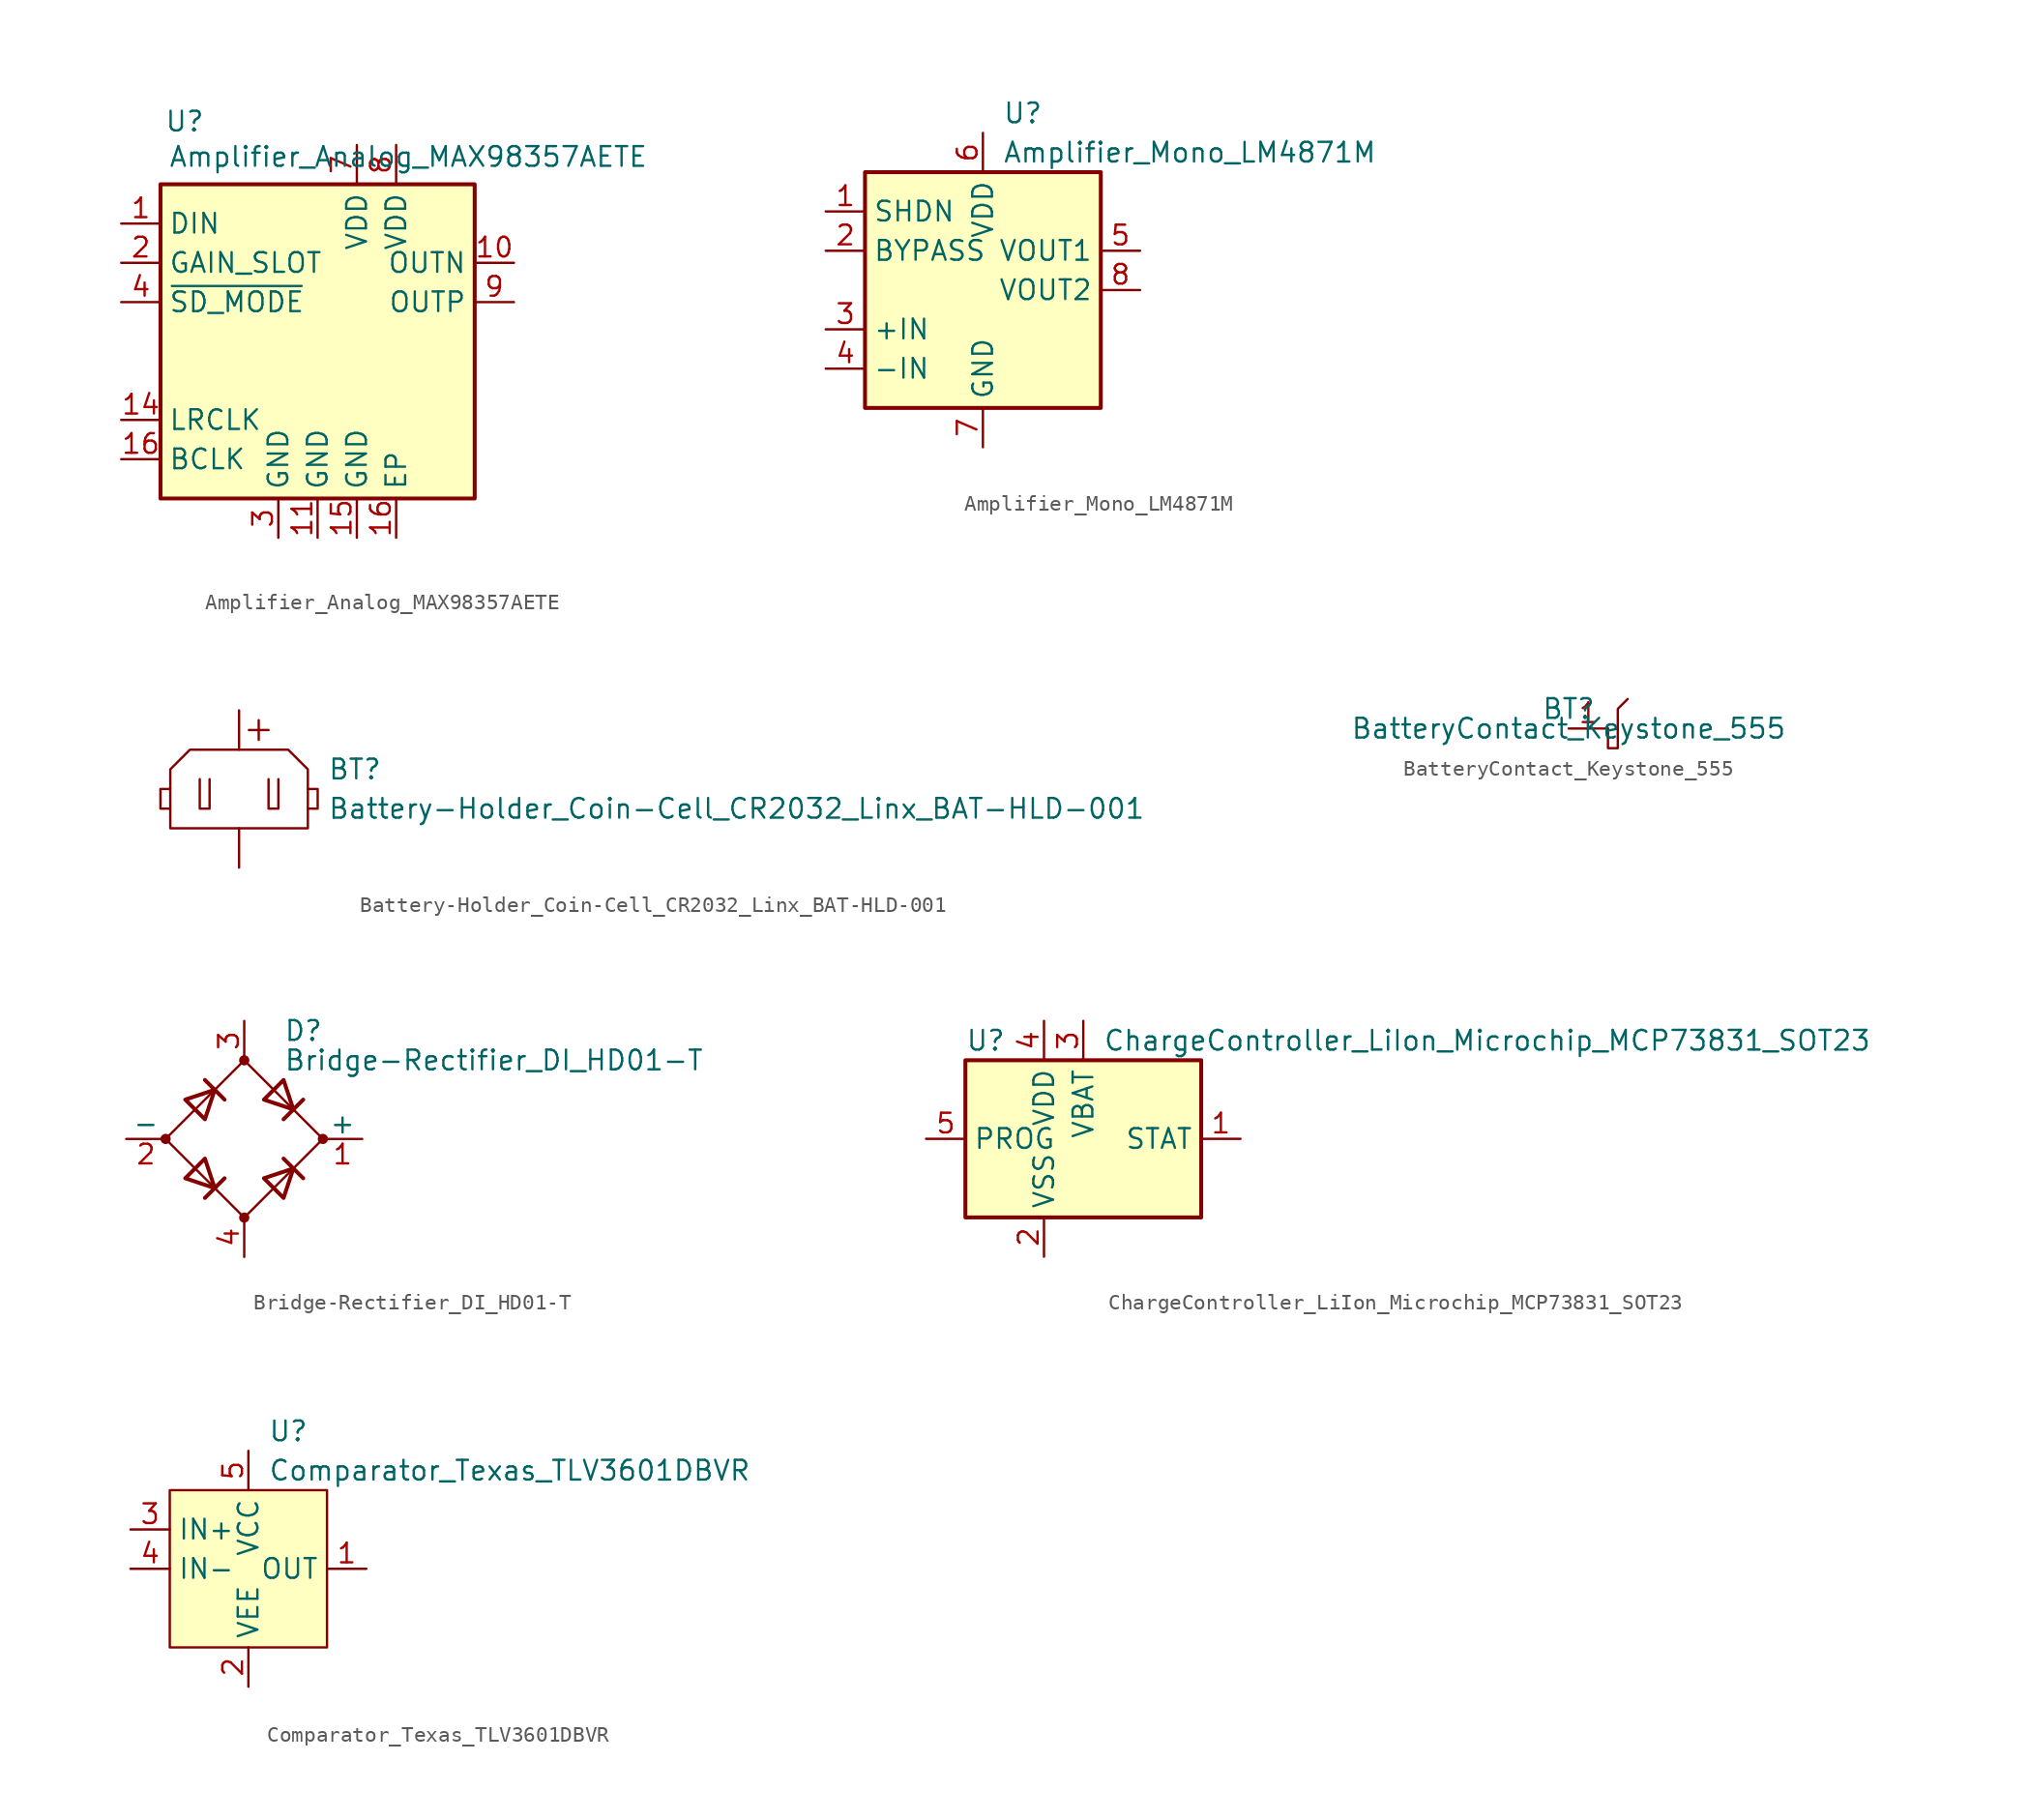
<source format=kicad_sym>
(kicad_symbol_lib
  (version 20231120)
  (generator "kicad_symbol_editor")
  (generator_version "8.0")
  (symbol "Amplifier_Analog_MAX98357AETE"
    (property "Reference" "U"
      (at -9.906 14.224 0)
      (effects (font (size 1.27 1.27)) (justify left)))
    (property "Value" "Amplifier_Analog_MAX98357AETE"
      (at -9.652 11.938 0)
      (effects (font (size 1.27 1.27)) (justify left)))
    (symbol "Amplifier_Analog_MAX98357AETE_0_1"
      (rectangle (start -10.16 10.16) (end 10.16 -10.16) (stroke (width 0.254) (type default)) (fill (type background))))
    (symbol "Amplifier_Analog_MAX98357AETE_1_1"
      (pin input line (at -12.7 7.62 0) (length 2.54) (name "DIN" (effects (font (size 1.27 1.27)))) (number "1" (effects (font (size 1.27 1.27)))))
      (pin output line (at 12.7 5.08 180) (length 2.54) (name "OUTN" (effects (font (size 1.27 1.27)))) (number "10" (effects (font (size 1.27 1.27)))))
      (pin power_in line (at 0 -12.7 90) (length 2.54) (name "GND" (effects (font (size 1.27 1.27)))) (number "11" (effects (font (size 1.27 1.27)))))
      (pin no_connect line (at 12.7 -2.54 180) (length 2.54) hide (name "" (effects (font (size 1.27 1.27)))) (number "12" (effects (font (size 1.27 1.27)))))
      (pin no_connect line (at 12.7 0 180) (length 2.54) hide (name "" (effects (font (size 1.27 1.27)))) (number "13" (effects (font (size 1.27 1.27)))))
      (pin input line (at -12.7 -5.08 0) (length 2.54) (name "LRCLK" (effects (font (size 1.27 1.27)))) (number "14" (effects (font (size 1.27 1.27)))))
      (pin power_in line (at 2.54 -12.7 90) (length 2.54) (name "GND" (effects (font (size 1.27 1.27)))) (number "15" (effects (font (size 1.27 1.27)))))
      (pin input line (at -12.7 -7.62 0) (length 2.54) (name "BCLK" (effects (font (size 1.27 1.27)))) (number "16" (effects (font (size 1.27 1.27)))))
      (pin power_in line (at 5.08 -12.7 90) (length 2.54) (name "EP" (effects (font (size 1.27 1.27)))) (number "16" (effects (font (size 1.27 1.27)))))
      (pin input line (at -12.7 5.08 0) (length 2.54) (name "GAIN_SLOT" (effects (font (size 1.27 1.27)))) (number "2" (effects (font (size 1.27 1.27)))))
      (pin power_in line (at -2.54 -12.7 90) (length 2.54) (name "GND" (effects (font (size 1.27 1.27)))) (number "3" (effects (font (size 1.27 1.27)))))
      (pin input line (at -12.7 2.54 0) (length 2.54) (name "~{SD_MODE}" (effects (font (size 1.27 1.27)))) (number "4" (effects (font (size 1.27 1.27)))))
      (pin no_connect line (at 12.7 -7.62 180) (length 2.54) hide (name "" (effects (font (size 1.27 1.27)))) (number "5" (effects (font (size 1.27 1.27)))))
      (pin no_connect line (at 12.7 -5.08 180) (length 2.54) hide (name "" (effects (font (size 1.27 1.27)))) (number "6" (effects (font (size 1.27 1.27)))))
      (pin power_in line (at 2.54 12.7 270) (length 2.54) (name "VDD" (effects (font (size 1.27 1.27)))) (number "7" (effects (font (size 1.27 1.27)))))
      (pin power_in line (at 5.08 12.7 270) (length 2.54) (name "VDD" (effects (font (size 1.27 1.27)))) (number "8" (effects (font (size 1.27 1.27)))))
      (pin output line (at 12.7 2.54 180) (length 2.54) (name "OUTP" (effects (font (size 1.27 1.27)))) (number "9" (effects (font (size 1.27 1.27)))))))
  (symbol "Amplifier_Mono_LM4871M"
    (property "Reference" "U"
      (at 1.27 11.43 0)
      (effects (font (size 1.27 1.27)) (justify left)))
    (property "Value" "Amplifier_Mono_LM4871M"
      (at 1.27 8.89 0)
      (effects (font (size 1.27 1.27)) (justify left)))
    (symbol "Amplifier_Mono_LM4871M_0_1"
      (rectangle (start -7.62 7.62) (end 7.62 -7.62) (stroke (width 0.254) (type default)) (fill (type background))))
    (symbol "Amplifier_Mono_LM4871M_1_1"
      (pin input line (at -10.16 5.08 0) (length 2.54) (name "SHDN" (effects (font (size 1.27 1.27)))) (number "1" (effects (font (size 1.27 1.27)))))
      (pin passive line (at -10.16 2.54 0) (length 2.54) (name "BYPASS" (effects (font (size 1.27 1.27)))) (number "2" (effects (font (size 1.27 1.27)))))
      (pin input line (at -10.16 -2.54 0) (length 2.54) (name "+IN" (effects (font (size 1.27 1.27)))) (number "3" (effects (font (size 1.27 1.27)))))
      (pin input line (at -10.16 -5.08 0) (length 2.54) (name "-IN" (effects (font (size 1.27 1.27)))) (number "4" (effects (font (size 1.27 1.27)))))
      (pin output line (at 10.16 2.54 180) (length 2.54) (name "VOUT1" (effects (font (size 1.27 1.27)))) (number "5" (effects (font (size 1.27 1.27)))))
      (pin power_in line (at 0 10.16 270) (length 2.54) (name "VDD" (effects (font (size 1.27 1.27)))) (number "6" (effects (font (size 1.27 1.27)))))
      (pin power_in line (at 0 -10.16 90) (length 2.54) (name "GND" (effects (font (size 1.27 1.27)))) (number "7" (effects (font (size 1.27 1.27)))))
      (pin output line (at 10.16 0 180) (length 2.54) (name "VOUT2" (effects (font (size 1.27 1.27)))) (number "8" (effects (font (size 1.27 1.27)))))))
  (symbol "Battery-Holder_Coin-Cell_CR2032_Linx_BAT-HLD-001"
    (pin_numbers hide)
    (pin_names
      (offset 0) hide)
    (property "Reference" "BT"
      (at 5.715 1.27 0)
      (effects (font (size 1.27 1.27)) (justify left)))
    (property "Value" "Battery-Holder_Coin-Cell_CR2032_Linx_BAT-HLD-001"
      (at 5.715 -1.27 0)
      (effects (font (size 1.27 1.27)) (justify left)))
    (symbol "Battery-Holder_Coin-Cell_CR2032_Linx_BAT-HLD-001_0_1"
      (polyline (pts (xy 0.635 3.81) (xy 1.905 3.81)) (stroke (width 0) (type default)) (fill (type none)))
      (polyline (pts (xy 1.27 4.445) (xy 1.27 3.175)) (stroke (width 0) (type default)) (fill (type none)))
      (polyline (pts (xy -4.445 0) (xy -5.08 0) (xy -5.08 -1.27) (xy -4.445 -1.27)) (stroke (width 0) (type default)) (fill (type none)))
      (polyline (pts (xy -2.54 0.635) (xy -2.54 -1.27) (xy -1.905 -1.27) (xy -1.905 0.635)) (stroke (width 0) (type default)) (fill (type none)))
      (polyline (pts (xy 1.905 0.635) (xy 1.905 -1.27) (xy 2.54 -1.27) (xy 2.54 0.635)) (stroke (width 0) (type default)) (fill (type none)))
      (polyline (pts (xy 4.445 0) (xy 5.08 0) (xy 5.08 -1.27) (xy 4.445 -1.27)) (stroke (width 0) (type default)) (fill (type none)))
      (polyline (pts (xy -3.175 2.54) (xy 3.175 2.54) (xy 4.445 1.27) (xy 4.445 -2.54) (xy -4.445 -2.54) (xy -4.445 1.27) (xy -3.175 2.54)) (stroke (width 0) (type default)) (fill (type none))))
    (symbol "Battery-Holder_Coin-Cell_CR2032_Linx_BAT-HLD-001_1_1"
      (pin passive line (at 0 5.08 270) (length 2.54) (name "+" (effects (font (size 1.27 1.27)))) (number "1" (effects (font (size 1.27 1.27)))))
      (pin passive line (at 0 -5.08 90) (length 2.54) (name "-" (effects (font (size 1.27 1.27)))) (number "2" (effects (font (size 1.27 1.27)))))))
  (symbol "BatteryContact_Keystone_555"
    (property "Reference" "BT"
      (at 0 1.27 0)
      (effects (font (size 1.27 1.27))))
    (property "Value" "BatteryContact_Keystone_555"
      (at 0 0 0)
      (effects (font (size 1.27 1.27))))
    (symbol "BatteryContact_Keystone_555_0_1"
      (polyline (pts (xy 3.81 1.905) (xy 3.175 1.27) (xy 3.175 -1.27) (xy 2.54 -1.27) (xy 2.54 0)) (stroke (width 0) (type default)) (fill (type none))))
    (symbol "BatteryContact_Keystone_555_1_1"
      (pin passive line (at 0 0 0) (length 2.54) (name "" (effects (font (size 1.27 1.27)))) (number "1" (effects (font (size 1.27 1.27)))))))
  (symbol "Bridge-Rectifier_DI_HD01-T"
    (pin_names
      (offset 0))
    (property "Reference" "D"
      (at 2.54 6.985 0)
      (effects (font (size 1.27 1.27)) (justify left)))
    (property "Value" "Bridge-Rectifier_DI_HD01-T"
      (at 2.54 5.08 0)
      (effects (font (size 1.27 1.27)) (justify left)))
    (symbol "Bridge-Rectifier_DI_HD01-T_0_1"
      (circle (center -5.08 0) (radius 0.254) (stroke (width 0) (type default)) (fill (type outline)))
      (circle (center 0 -5.08) (radius 0.254) (stroke (width 0) (type default)) (fill (type outline)))
      (polyline (pts (xy -2.54 3.81) (xy -1.27 2.54)) (stroke (width 0.254) (type default)) (fill (type none)))
      (polyline (pts (xy -1.27 -2.54) (xy -2.54 -3.81)) (stroke (width 0.254) (type default)) (fill (type none)))
      (polyline (pts (xy 2.54 -1.27) (xy 3.81 -2.54)) (stroke (width 0.254) (type default)) (fill (type none)))
      (polyline (pts (xy 2.54 1.27) (xy 3.81 2.54)) (stroke (width 0.254) (type default)) (fill (type none)))
      (polyline (pts (xy -3.81 2.54) (xy -2.54 1.27) (xy -1.905 3.175) (xy -3.81 2.54)) (stroke (width 0.254) (type default)) (fill (type none)))
      (polyline (pts (xy -2.54 -1.27) (xy -3.81 -2.54) (xy -1.905 -3.175) (xy -2.54 -1.27)) (stroke (width 0.254) (type default)) (fill (type none)))
      (polyline (pts (xy 1.27 2.54) (xy 2.54 3.81) (xy 3.175 1.905) (xy 1.27 2.54)) (stroke (width 0.254) (type default)) (fill (type none)))
      (polyline (pts (xy 3.175 -1.905) (xy 1.27 -2.54) (xy 2.54 -3.81) (xy 3.175 -1.905)) (stroke (width 0.254) (type default)) (fill (type none)))
      (polyline (pts (xy -5.08 0) (xy 0 -5.08) (xy 5.08 0) (xy 0 5.08) (xy -5.08 0)) (stroke (width 0) (type default)) (fill (type none)))
      (circle (center 0 5.08) (radius 0.254) (stroke (width 0) (type default)) (fill (type outline)))
      (circle (center 5.08 0) (radius 0.254) (stroke (width 0) (type default)) (fill (type outline))))
    (symbol "Bridge-Rectifier_DI_HD01-T_1_1"
      (pin passive line (at 7.62 0 180) (length 2.54) (name "+" (effects (font (size 1.27 1.27)))) (number "1" (effects (font (size 1.27 1.27)))))
      (pin passive line (at -7.62 0 0) (length 2.54) (name "-" (effects (font (size 1.27 1.27)))) (number "2" (effects (font (size 1.27 1.27)))))
      (pin passive line (at 0 7.62 270) (length 2.54) (name "~" (effects (font (size 1.27 1.27)))) (number "3" (effects (font (size 1.27 1.27)))))
      (pin passive line (at 0 -7.62 90) (length 2.54) (name "~" (effects (font (size 1.27 1.27)))) (number "4" (effects (font (size 1.27 1.27)))))))
  (symbol "ChargeController_LiIon_Microchip_MCP73831_SOT23"
    (property "Reference" "U"
      (at -7.62 6.35 0)
      (effects (font (size 1.27 1.27)) (justify left)))
    (property "Value" "ChargeController_LiIon_Microchip_MCP73831_SOT23"
      (at 1.27 6.35 0)
      (effects (font (size 1.27 1.27)) (justify left)))
    (symbol "ChargeController_LiIon_Microchip_MCP73831_SOT23_0_1"
      (rectangle (start -7.62 5.08) (end 7.62 -5.08) (stroke (width 0.254) (type default)) (fill (type background))))
    (symbol "ChargeController_LiIon_Microchip_MCP73831_SOT23_1_1"
      (pin output line (at 10.16 0 180) (length 2.54) (name "STAT" (effects (font (size 1.27 1.27)))) (number "1" (effects (font (size 1.27 1.27)))))
      (pin power_in line (at -2.54 -7.62 90) (length 2.54) (name "VSS" (effects (font (size 1.27 1.27)))) (number "2" (effects (font (size 1.27 1.27)))))
      (pin power_in line (at 0 7.62 270) (length 2.54) (name "VBAT" (effects (font (size 1.27 1.27)))) (number "3" (effects (font (size 1.27 1.27)))))
      (pin power_in line (at -2.54 7.62 270) (length 2.54) (name "VDD" (effects (font (size 1.27 1.27)))) (number "4" (effects (font (size 1.27 1.27)))))
      (pin input line (at -10.16 0 0) (length 2.54) (name "PROG" (effects (font (size 1.27 1.27)))) (number "5" (effects (font (size 1.27 1.27)))))))
  (symbol "Comparator_Texas_TLV3601DBVR"
    (property "Reference" "U"
      (at 1.27 8.89 0)
      (effects (font (size 1.27 1.27)) (justify left)))
    (property "Value" "Comparator_Texas_TLV3601DBVR"
      (at 1.27 6.35 0)
      (effects (font (size 1.27 1.27)) (justify left)))
    (symbol "Comparator_Texas_TLV3601DBVR_1_1"
      (rectangle (start -5.08 5.08) (end 5.08 -5.08) (stroke (width 0) (type default)) (fill (type background)))
      (pin output line (at 7.62 0 180) (length 2.54) (name "OUT" (effects (font (size 1.27 1.27)))) (number "1" (effects (font (size 1.27 1.27)))))
      (pin power_in line (at 0 -7.62 90) (length 2.54) (name "VEE" (effects (font (size 1.27 1.27)))) (number "2" (effects (font (size 1.27 1.27)))))
      (pin input line (at -7.62 2.54 0) (length 2.54) (name "IN+" (effects (font (size 1.27 1.27)))) (number "3" (effects (font (size 1.27 1.27)))))
      (pin input line (at -7.62 0 0) (length 2.54) (name "IN-" (effects (font (size 1.27 1.27)))) (number "4" (effects (font (size 1.27 1.27)))))
      (pin power_in line (at 0 7.62 270) (length 2.54) (name "VCC" (effects (font (size 1.27 1.27)))) (number "5" (effects (font (size 1.27 1.27))))))))
</source>
